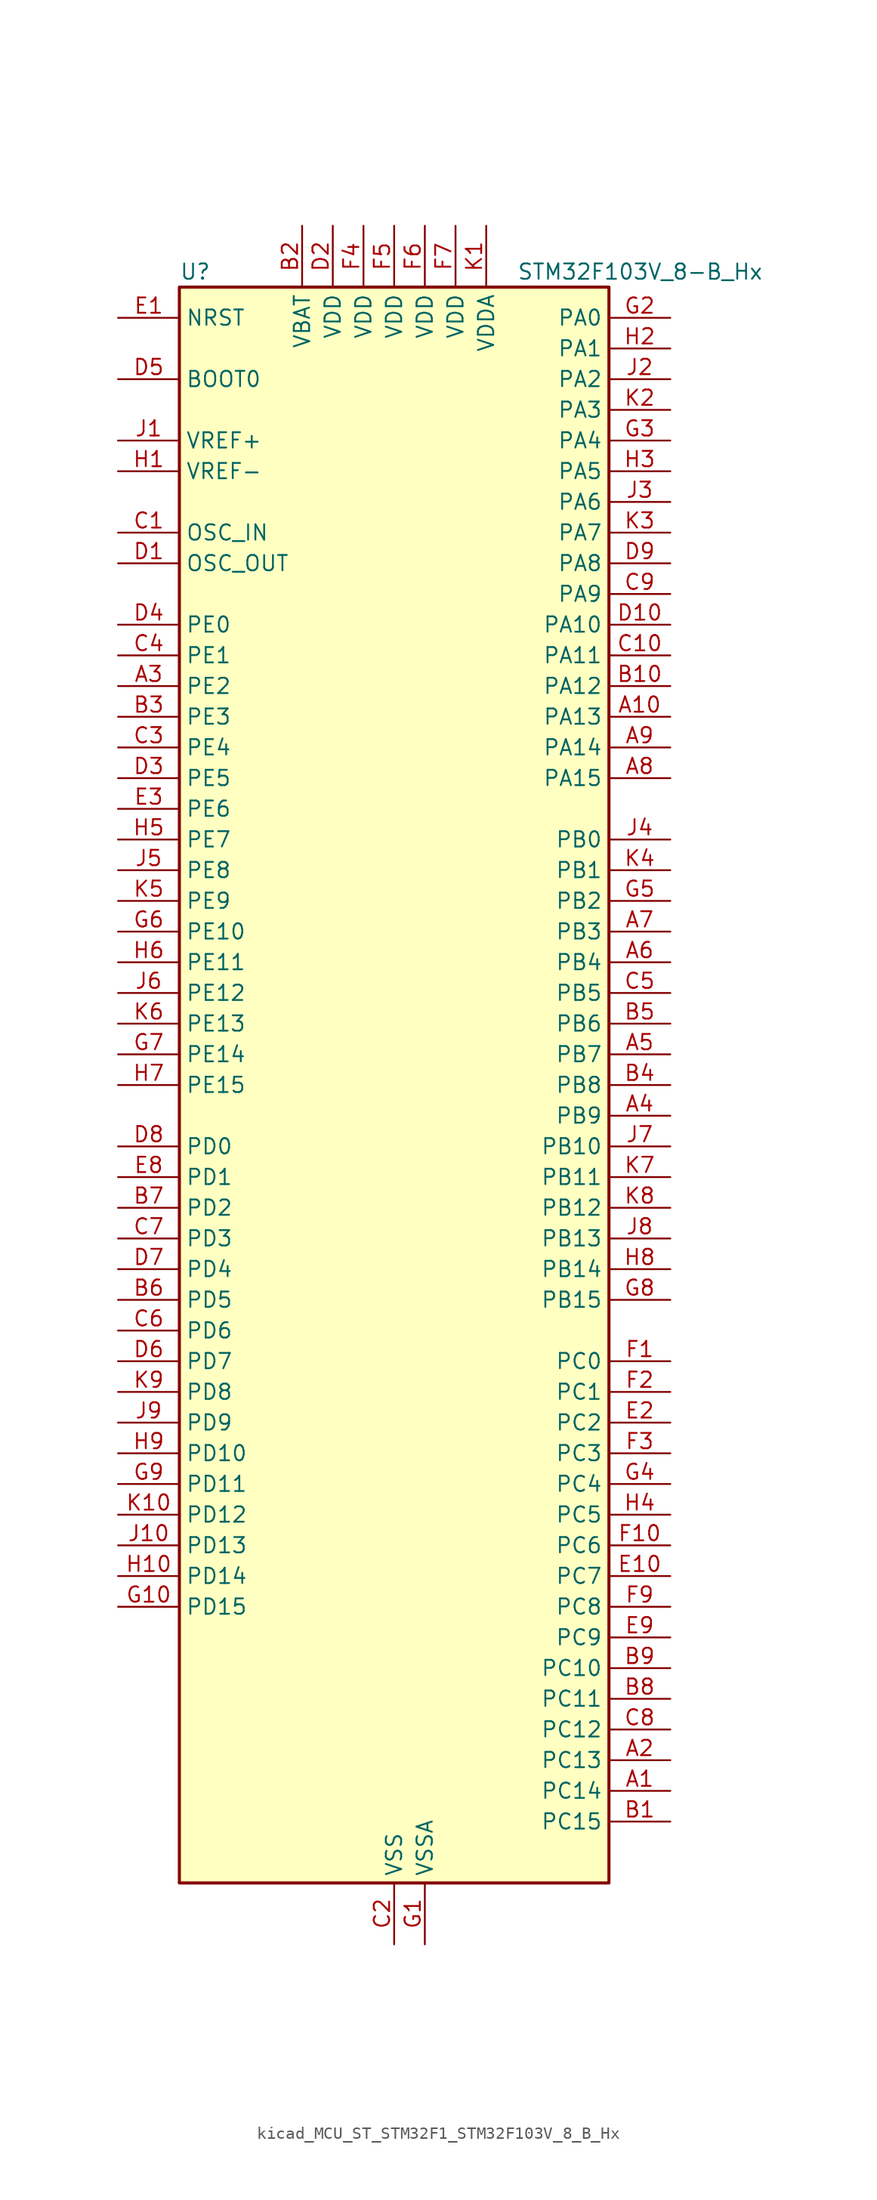
<source format=kicad_sym>
(kicad_symbol_lib
  (version 20220914)
  (generator kicad_symbol_editor)
  (symbol "kicad_MCU_ST_STM32F1_STM32F103V_8_B_Hx"
    (property "Reference" "U"
      (at -17.78 67.31 0)
      (effects (font (size 1.27 1.27)) (justify left)))
    (property "Value" "STM32F103V_8-B_Hx"
      (at 10.16 67.31 0)
      (effects (font (size 1.27 1.27)) (justify left)))
    (property "ki_locked" ""
      (at 0 0 0)
      (effects (font (size 1.27 1.27))))
    (symbol "kicad_MCU_ST_STM32F1_STM32F103V_8_B_Hx_0_1"
      (rectangle (start -17.78 -66.04) (end 17.78 66.04) (stroke (width 0.254) (type default)) (fill (type background))))
    (symbol "kicad_MCU_ST_STM32F1_STM32F103V_8_B_Hx_1_1"
      (pin bidirectional line (at 22.86 -58.42 180) (length 5.08) (name "PC14" (effects (font (size 1.27 1.27)))) (number "A1" (effects (font (size 1.27 1.27)))) (alternate "RCC_OSC32_IN" bidirectional line))
      (pin bidirectional line (at 22.86 30.48 180) (length 5.08) (name "PA13" (effects (font (size 1.27 1.27)))) (number "A10" (effects (font (size 1.27 1.27)))) (alternate "SYS_JTMS-SWDIO" bidirectional line))
      (pin bidirectional line (at 22.86 -55.88 180) (length 5.08) (name "PC13" (effects (font (size 1.27 1.27)))) (number "A2" (effects (font (size 1.27 1.27)))) (alternate "RTC_OUT" bidirectional line) (alternate "RTC_TAMPER" bidirectional line))
      (pin bidirectional line (at -22.86 33.02 0) (length 5.08) (name "PE2" (effects (font (size 1.27 1.27)))) (number "A3" (effects (font (size 1.27 1.27)))) (alternate "SYS_TRACECLK" bidirectional line))
      (pin bidirectional line (at 22.86 -2.54 180) (length 5.08) (name "PB9" (effects (font (size 1.27 1.27)))) (number "A4" (effects (font (size 1.27 1.27)))) (alternate "CAN_TX" bidirectional line) (alternate "I2C1_SDA" bidirectional line) (alternate "TIM4_CH4" bidirectional line))
      (pin bidirectional line (at 22.86 2.54 180) (length 5.08) (name "PB7" (effects (font (size 1.27 1.27)))) (number "A5" (effects (font (size 1.27 1.27)))) (alternate "I2C1_SDA" bidirectional line) (alternate "TIM4_CH2" bidirectional line) (alternate "USART1_RX" bidirectional line))
      (pin bidirectional line (at 22.86 10.16 180) (length 5.08) (name "PB4" (effects (font (size 1.27 1.27)))) (number "A6" (effects (font (size 1.27 1.27)))) (alternate "SPI1_MISO" bidirectional line) (alternate "SYS_NJTRST" bidirectional line) (alternate "TIM3_CH1" bidirectional line))
      (pin bidirectional line (at 22.86 12.7 180) (length 5.08) (name "PB3" (effects (font (size 1.27 1.27)))) (number "A7" (effects (font (size 1.27 1.27)))) (alternate "SPI1_SCK" bidirectional line) (alternate "SYS_JTDO-TRACESWO" bidirectional line) (alternate "TIM2_CH2" bidirectional line))
      (pin bidirectional line (at 22.86 25.4 180) (length 5.08) (name "PA15" (effects (font (size 1.27 1.27)))) (number "A8" (effects (font (size 1.27 1.27)))) (alternate "ADC1_EXTI15" bidirectional line) (alternate "ADC2_EXTI15" bidirectional line) (alternate "SPI1_NSS" bidirectional line) (alternate "SYS_JTDI" bidirectional line) (alternate "TIM2_CH1" bidirectional line) (alternate "TIM2_ETR" bidirectional line))
      (pin bidirectional line (at 22.86 27.94 180) (length 5.08) (name "PA14" (effects (font (size 1.27 1.27)))) (number "A9" (effects (font (size 1.27 1.27)))) (alternate "SYS_JTCK-SWCLK" bidirectional line))
      (pin bidirectional line (at 22.86 -60.96 180) (length 5.08) (name "PC15" (effects (font (size 1.27 1.27)))) (number "B1" (effects (font (size 1.27 1.27)))) (alternate "ADC1_EXTI15" bidirectional line) (alternate "ADC2_EXTI15" bidirectional line) (alternate "RCC_OSC32_OUT" bidirectional line))
      (pin bidirectional line (at 22.86 33.02 180) (length 5.08) (name "PA12" (effects (font (size 1.27 1.27)))) (number "B10" (effects (font (size 1.27 1.27)))) (alternate "CAN_TX" bidirectional line) (alternate "TIM1_ETR" bidirectional line) (alternate "USART1_RTS" bidirectional line) (alternate "USB_DP" bidirectional line))
      (pin power_in line (at -7.62 71.12 270) (length 5.08) (name "VBAT" (effects (font (size 1.27 1.27)))) (number "B2" (effects (font (size 1.27 1.27)))))
      (pin bidirectional line (at -22.86 30.48 0) (length 5.08) (name "PE3" (effects (font (size 1.27 1.27)))) (number "B3" (effects (font (size 1.27 1.27)))) (alternate "SYS_TRACED0" bidirectional line))
      (pin bidirectional line (at 22.86 0 180) (length 5.08) (name "PB8" (effects (font (size 1.27 1.27)))) (number "B4" (effects (font (size 1.27 1.27)))) (alternate "CAN_RX" bidirectional line) (alternate "I2C1_SCL" bidirectional line) (alternate "TIM4_CH3" bidirectional line))
      (pin bidirectional line (at 22.86 5.08 180) (length 5.08) (name "PB6" (effects (font (size 1.27 1.27)))) (number "B5" (effects (font (size 1.27 1.27)))) (alternate "I2C1_SCL" bidirectional line) (alternate "TIM4_CH1" bidirectional line) (alternate "USART1_TX" bidirectional line))
      (pin bidirectional line (at -22.86 -17.78 0) (length 5.08) (name "PD5" (effects (font (size 1.27 1.27)))) (number "B6" (effects (font (size 1.27 1.27)))) (alternate "USART2_TX" bidirectional line))
      (pin bidirectional line (at -22.86 -10.16 0) (length 5.08) (name "PD2" (effects (font (size 1.27 1.27)))) (number "B7" (effects (font (size 1.27 1.27)))) (alternate "TIM3_ETR" bidirectional line))
      (pin bidirectional line (at 22.86 -50.8 180) (length 5.08) (name "PC11" (effects (font (size 1.27 1.27)))) (number "B8" (effects (font (size 1.27 1.27)))) (alternate "ADC1_EXTI11" bidirectional line) (alternate "ADC2_EXTI11" bidirectional line) (alternate "USART3_RX" bidirectional line))
      (pin bidirectional line (at 22.86 -48.26 180) (length 5.08) (name "PC10" (effects (font (size 1.27 1.27)))) (number "B9" (effects (font (size 1.27 1.27)))) (alternate "USART3_TX" bidirectional line))
      (pin input line (at -22.86 45.72 0) (length 5.08) (name "OSC_IN" (effects (font (size 1.27 1.27)))) (number "C1" (effects (font (size 1.27 1.27)))) (alternate "RCC_OSC_IN" bidirectional line))
      (pin bidirectional line (at 22.86 35.56 180) (length 5.08) (name "PA11" (effects (font (size 1.27 1.27)))) (number "C10" (effects (font (size 1.27 1.27)))) (alternate "ADC1_EXTI11" bidirectional line) (alternate "ADC2_EXTI11" bidirectional line) (alternate "CAN_RX" bidirectional line) (alternate "TIM1_CH4" bidirectional line) (alternate "USART1_CTS" bidirectional line) (alternate "USB_DM" bidirectional line))
      (pin power_in line (at 0 -71.12 90) (length 5.08) (name "VSS" (effects (font (size 1.27 1.27)))) (number "C2" (effects (font (size 1.27 1.27)))))
      (pin bidirectional line (at -22.86 27.94 0) (length 5.08) (name "PE4" (effects (font (size 1.27 1.27)))) (number "C3" (effects (font (size 1.27 1.27)))) (alternate "SYS_TRACED1" bidirectional line))
      (pin bidirectional line (at -22.86 35.56 0) (length 5.08) (name "PE1" (effects (font (size 1.27 1.27)))) (number "C4" (effects (font (size 1.27 1.27)))))
      (pin bidirectional line (at 22.86 7.62 180) (length 5.08) (name "PB5" (effects (font (size 1.27 1.27)))) (number "C5" (effects (font (size 1.27 1.27)))) (alternate "I2C1_SMBA" bidirectional line) (alternate "SPI1_MOSI" bidirectional line) (alternate "TIM3_CH2" bidirectional line))
      (pin bidirectional line (at -22.86 -20.32 0) (length 5.08) (name "PD6" (effects (font (size 1.27 1.27)))) (number "C6" (effects (font (size 1.27 1.27)))) (alternate "USART2_RX" bidirectional line))
      (pin bidirectional line (at -22.86 -12.7 0) (length 5.08) (name "PD3" (effects (font (size 1.27 1.27)))) (number "C7" (effects (font (size 1.27 1.27)))) (alternate "USART2_CTS" bidirectional line))
      (pin bidirectional line (at 22.86 -53.34 180) (length 5.08) (name "PC12" (effects (font (size 1.27 1.27)))) (number "C8" (effects (font (size 1.27 1.27)))) (alternate "USART3_CK" bidirectional line))
      (pin bidirectional line (at 22.86 40.64 180) (length 5.08) (name "PA9" (effects (font (size 1.27 1.27)))) (number "C9" (effects (font (size 1.27 1.27)))) (alternate "TIM1_CH2" bidirectional line) (alternate "USART1_TX" bidirectional line))
      (pin input line (at -22.86 43.18 0) (length 5.08) (name "OSC_OUT" (effects (font (size 1.27 1.27)))) (number "D1" (effects (font (size 1.27 1.27)))) (alternate "RCC_OSC_OUT" bidirectional line))
      (pin bidirectional line (at 22.86 38.1 180) (length 5.08) (name "PA10" (effects (font (size 1.27 1.27)))) (number "D10" (effects (font (size 1.27 1.27)))) (alternate "TIM1_CH3" bidirectional line) (alternate "USART1_RX" bidirectional line))
      (pin power_in line (at -5.08 71.12 270) (length 5.08) (name "VDD" (effects (font (size 1.27 1.27)))) (number "D2" (effects (font (size 1.27 1.27)))))
      (pin bidirectional line (at -22.86 25.4 0) (length 5.08) (name "PE5" (effects (font (size 1.27 1.27)))) (number "D3" (effects (font (size 1.27 1.27)))) (alternate "SYS_TRACED2" bidirectional line))
      (pin bidirectional line (at -22.86 38.1 0) (length 5.08) (name "PE0" (effects (font (size 1.27 1.27)))) (number "D4" (effects (font (size 1.27 1.27)))) (alternate "TIM4_ETR" bidirectional line))
      (pin input line (at -22.86 58.42 0) (length 5.08) (name "BOOT0" (effects (font (size 1.27 1.27)))) (number "D5" (effects (font (size 1.27 1.27)))))
      (pin bidirectional line (at -22.86 -22.86 0) (length 5.08) (name "PD7" (effects (font (size 1.27 1.27)))) (number "D6" (effects (font (size 1.27 1.27)))) (alternate "USART2_CK" bidirectional line))
      (pin bidirectional line (at -22.86 -15.24 0) (length 5.08) (name "PD4" (effects (font (size 1.27 1.27)))) (number "D7" (effects (font (size 1.27 1.27)))) (alternate "USART2_RTS" bidirectional line))
      (pin bidirectional line (at -22.86 -5.08 0) (length 5.08) (name "PD0" (effects (font (size 1.27 1.27)))) (number "D8" (effects (font (size 1.27 1.27)))) (alternate "CAN_RX" bidirectional line))
      (pin bidirectional line (at 22.86 43.18 180) (length 5.08) (name "PA8" (effects (font (size 1.27 1.27)))) (number "D9" (effects (font (size 1.27 1.27)))) (alternate "RCC_MCO" bidirectional line) (alternate "TIM1_CH1" bidirectional line) (alternate "USART1_CK" bidirectional line))
      (pin input line (at -22.86 63.5 0) (length 5.08) (name "NRST" (effects (font (size 1.27 1.27)))) (number "E1" (effects (font (size 1.27 1.27)))))
      (pin bidirectional line (at 22.86 -40.64 180) (length 5.08) (name "PC7" (effects (font (size 1.27 1.27)))) (number "E10" (effects (font (size 1.27 1.27)))) (alternate "TIM3_CH2" bidirectional line))
      (pin bidirectional line (at 22.86 -27.94 180) (length 5.08) (name "PC2" (effects (font (size 1.27 1.27)))) (number "E2" (effects (font (size 1.27 1.27)))) (alternate "ADC1_IN12" bidirectional line) (alternate "ADC2_IN12" bidirectional line))
      (pin bidirectional line (at -22.86 22.86 0) (length 5.08) (name "PE6" (effects (font (size 1.27 1.27)))) (number "E3" (effects (font (size 1.27 1.27)))) (alternate "SYS_TRACED3" bidirectional line))
      (pin passive line (at 0 -71.12 90) (length 5.08) hide (name "VSS" (effects (font (size 1.27 1.27)))) (number "E4" (effects (font (size 1.27 1.27)))))
      (pin passive line (at 0 -71.12 90) (length 5.08) hide (name "VSS" (effects (font (size 1.27 1.27)))) (number "E5" (effects (font (size 1.27 1.27)))))
      (pin passive line (at 0 -71.12 90) (length 5.08) hide (name "VSS" (effects (font (size 1.27 1.27)))) (number "E6" (effects (font (size 1.27 1.27)))))
      (pin passive line (at 0 -71.12 90) (length 5.08) hide (name "VSS" (effects (font (size 1.27 1.27)))) (number "E7" (effects (font (size 1.27 1.27)))))
      (pin bidirectional line (at -22.86 -7.62 0) (length 5.08) (name "PD1" (effects (font (size 1.27 1.27)))) (number "E8" (effects (font (size 1.27 1.27)))) (alternate "CAN_TX" bidirectional line))
      (pin bidirectional line (at 22.86 -45.72 180) (length 5.08) (name "PC9" (effects (font (size 1.27 1.27)))) (number "E9" (effects (font (size 1.27 1.27)))) (alternate "TIM3_CH4" bidirectional line))
      (pin bidirectional line (at 22.86 -22.86 180) (length 5.08) (name "PC0" (effects (font (size 1.27 1.27)))) (number "F1" (effects (font (size 1.27 1.27)))) (alternate "ADC1_IN10" bidirectional line) (alternate "ADC2_IN10" bidirectional line))
      (pin bidirectional line (at 22.86 -38.1 180) (length 5.08) (name "PC6" (effects (font (size 1.27 1.27)))) (number "F10" (effects (font (size 1.27 1.27)))) (alternate "TIM3_CH1" bidirectional line))
      (pin bidirectional line (at 22.86 -25.4 180) (length 5.08) (name "PC1" (effects (font (size 1.27 1.27)))) (number "F2" (effects (font (size 1.27 1.27)))) (alternate "ADC1_IN11" bidirectional line) (alternate "ADC2_IN11" bidirectional line))
      (pin bidirectional line (at 22.86 -30.48 180) (length 5.08) (name "PC3" (effects (font (size 1.27 1.27)))) (number "F3" (effects (font (size 1.27 1.27)))) (alternate "ADC1_IN13" bidirectional line) (alternate "ADC2_IN13" bidirectional line))
      (pin power_in line (at -2.54 71.12 270) (length 5.08) (name "VDD" (effects (font (size 1.27 1.27)))) (number "F4" (effects (font (size 1.27 1.27)))))
      (pin power_in line (at 0 71.12 270) (length 5.08) (name "VDD" (effects (font (size 1.27 1.27)))) (number "F5" (effects (font (size 1.27 1.27)))))
      (pin power_in line (at 2.54 71.12 270) (length 5.08) (name "VDD" (effects (font (size 1.27 1.27)))) (number "F6" (effects (font (size 1.27 1.27)))))
      (pin power_in line (at 5.08 71.12 270) (length 5.08) (name "VDD" (effects (font (size 1.27 1.27)))) (number "F7" (effects (font (size 1.27 1.27)))))
      (pin no_connect line (at -17.78 -66.04 0) (length 5.08) hide (name "NC" (effects (font (size 1.27 1.27)))) (number "F8" (effects (font (size 1.27 1.27)))))
      (pin bidirectional line (at 22.86 -43.18 180) (length 5.08) (name "PC8" (effects (font (size 1.27 1.27)))) (number "F9" (effects (font (size 1.27 1.27)))) (alternate "TIM3_CH3" bidirectional line))
      (pin power_in line (at 2.54 -71.12 90) (length 5.08) (name "VSSA" (effects (font (size 1.27 1.27)))) (number "G1" (effects (font (size 1.27 1.27)))))
      (pin bidirectional line (at -22.86 -43.18 0) (length 5.08) (name "PD15" (effects (font (size 1.27 1.27)))) (number "G10" (effects (font (size 1.27 1.27)))) (alternate "ADC1_EXTI15" bidirectional line) (alternate "ADC2_EXTI15" bidirectional line) (alternate "TIM4_CH4" bidirectional line))
      (pin bidirectional line (at 22.86 63.5 180) (length 5.08) (name "PA0" (effects (font (size 1.27 1.27)))) (number "G2" (effects (font (size 1.27 1.27)))) (alternate "ADC1_IN0" bidirectional line) (alternate "ADC2_IN0" bidirectional line) (alternate "SYS_WKUP" bidirectional line) (alternate "TIM2_CH1" bidirectional line) (alternate "TIM2_ETR" bidirectional line) (alternate "USART2_CTS" bidirectional line))
      (pin bidirectional line (at 22.86 53.34 180) (length 5.08) (name "PA4" (effects (font (size 1.27 1.27)))) (number "G3" (effects (font (size 1.27 1.27)))) (alternate "ADC1_IN4" bidirectional line) (alternate "ADC2_IN4" bidirectional line) (alternate "SPI1_NSS" bidirectional line) (alternate "USART2_CK" bidirectional line))
      (pin bidirectional line (at 22.86 -33.02 180) (length 5.08) (name "PC4" (effects (font (size 1.27 1.27)))) (number "G4" (effects (font (size 1.27 1.27)))) (alternate "ADC1_IN14" bidirectional line) (alternate "ADC2_IN14" bidirectional line))
      (pin bidirectional line (at 22.86 15.24 180) (length 5.08) (name "PB2" (effects (font (size 1.27 1.27)))) (number "G5" (effects (font (size 1.27 1.27)))))
      (pin bidirectional line (at -22.86 12.7 0) (length 5.08) (name "PE10" (effects (font (size 1.27 1.27)))) (number "G6" (effects (font (size 1.27 1.27)))) (alternate "TIM1_CH2N" bidirectional line))
      (pin bidirectional line (at -22.86 2.54 0) (length 5.08) (name "PE14" (effects (font (size 1.27 1.27)))) (number "G7" (effects (font (size 1.27 1.27)))) (alternate "TIM1_CH4" bidirectional line))
      (pin bidirectional line (at 22.86 -17.78 180) (length 5.08) (name "PB15" (effects (font (size 1.27 1.27)))) (number "G8" (effects (font (size 1.27 1.27)))) (alternate "ADC1_EXTI15" bidirectional line) (alternate "ADC2_EXTI15" bidirectional line) (alternate "SPI2_MOSI" bidirectional line) (alternate "TIM1_CH3N" bidirectional line))
      (pin bidirectional line (at -22.86 -33.02 0) (length 5.08) (name "PD11" (effects (font (size 1.27 1.27)))) (number "G9" (effects (font (size 1.27 1.27)))) (alternate "ADC1_EXTI11" bidirectional line) (alternate "ADC2_EXTI11" bidirectional line) (alternate "USART3_CTS" bidirectional line))
      (pin input line (at -22.86 50.8 0) (length 5.08) (name "VREF-" (effects (font (size 1.27 1.27)))) (number "H1" (effects (font (size 1.27 1.27)))))
      (pin bidirectional line (at -22.86 -40.64 0) (length 5.08) (name "PD14" (effects (font (size 1.27 1.27)))) (number "H10" (effects (font (size 1.27 1.27)))) (alternate "TIM4_CH3" bidirectional line))
      (pin bidirectional line (at 22.86 60.96 180) (length 5.08) (name "PA1" (effects (font (size 1.27 1.27)))) (number "H2" (effects (font (size 1.27 1.27)))) (alternate "ADC1_IN1" bidirectional line) (alternate "ADC2_IN1" bidirectional line) (alternate "TIM2_CH2" bidirectional line) (alternate "USART2_RTS" bidirectional line))
      (pin bidirectional line (at 22.86 50.8 180) (length 5.08) (name "PA5" (effects (font (size 1.27 1.27)))) (number "H3" (effects (font (size 1.27 1.27)))) (alternate "ADC1_IN5" bidirectional line) (alternate "ADC2_IN5" bidirectional line) (alternate "SPI1_SCK" bidirectional line))
      (pin bidirectional line (at 22.86 -35.56 180) (length 5.08) (name "PC5" (effects (font (size 1.27 1.27)))) (number "H4" (effects (font (size 1.27 1.27)))) (alternate "ADC1_IN15" bidirectional line) (alternate "ADC2_IN15" bidirectional line))
      (pin bidirectional line (at -22.86 20.32 0) (length 5.08) (name "PE7" (effects (font (size 1.27 1.27)))) (number "H5" (effects (font (size 1.27 1.27)))) (alternate "TIM1_ETR" bidirectional line))
      (pin bidirectional line (at -22.86 10.16 0) (length 5.08) (name "PE11" (effects (font (size 1.27 1.27)))) (number "H6" (effects (font (size 1.27 1.27)))) (alternate "ADC1_EXTI11" bidirectional line) (alternate "ADC2_EXTI11" bidirectional line) (alternate "TIM1_CH2" bidirectional line))
      (pin bidirectional line (at -22.86 0 0) (length 5.08) (name "PE15" (effects (font (size 1.27 1.27)))) (number "H7" (effects (font (size 1.27 1.27)))) (alternate "ADC1_EXTI15" bidirectional line) (alternate "ADC2_EXTI15" bidirectional line) (alternate "TIM1_BKIN" bidirectional line))
      (pin bidirectional line (at 22.86 -15.24 180) (length 5.08) (name "PB14" (effects (font (size 1.27 1.27)))) (number "H8" (effects (font (size 1.27 1.27)))) (alternate "SPI2_MISO" bidirectional line) (alternate "TIM1_CH2N" bidirectional line) (alternate "USART3_RTS" bidirectional line))
      (pin bidirectional line (at -22.86 -30.48 0) (length 5.08) (name "PD10" (effects (font (size 1.27 1.27)))) (number "H9" (effects (font (size 1.27 1.27)))) (alternate "USART3_CK" bidirectional line))
      (pin input line (at -22.86 53.34 0) (length 5.08) (name "VREF+" (effects (font (size 1.27 1.27)))) (number "J1" (effects (font (size 1.27 1.27)))))
      (pin bidirectional line (at -22.86 -38.1 0) (length 5.08) (name "PD13" (effects (font (size 1.27 1.27)))) (number "J10" (effects (font (size 1.27 1.27)))) (alternate "TIM4_CH2" bidirectional line))
      (pin bidirectional line (at 22.86 58.42 180) (length 5.08) (name "PA2" (effects (font (size 1.27 1.27)))) (number "J2" (effects (font (size 1.27 1.27)))) (alternate "ADC1_IN2" bidirectional line) (alternate "ADC2_IN2" bidirectional line) (alternate "TIM2_CH3" bidirectional line) (alternate "USART2_TX" bidirectional line))
      (pin bidirectional line (at 22.86 48.26 180) (length 5.08) (name "PA6" (effects (font (size 1.27 1.27)))) (number "J3" (effects (font (size 1.27 1.27)))) (alternate "ADC1_IN6" bidirectional line) (alternate "ADC2_IN6" bidirectional line) (alternate "SPI1_MISO" bidirectional line) (alternate "TIM1_BKIN" bidirectional line) (alternate "TIM3_CH1" bidirectional line))
      (pin bidirectional line (at 22.86 20.32 180) (length 5.08) (name "PB0" (effects (font (size 1.27 1.27)))) (number "J4" (effects (font (size 1.27 1.27)))) (alternate "ADC1_IN8" bidirectional line) (alternate "ADC2_IN8" bidirectional line) (alternate "TIM1_CH2N" bidirectional line) (alternate "TIM3_CH3" bidirectional line))
      (pin bidirectional line (at -22.86 17.78 0) (length 5.08) (name "PE8" (effects (font (size 1.27 1.27)))) (number "J5" (effects (font (size 1.27 1.27)))) (alternate "TIM1_CH1N" bidirectional line))
      (pin bidirectional line (at -22.86 7.62 0) (length 5.08) (name "PE12" (effects (font (size 1.27 1.27)))) (number "J6" (effects (font (size 1.27 1.27)))) (alternate "TIM1_CH3N" bidirectional line))
      (pin bidirectional line (at 22.86 -5.08 180) (length 5.08) (name "PB10" (effects (font (size 1.27 1.27)))) (number "J7" (effects (font (size 1.27 1.27)))) (alternate "I2C2_SCL" bidirectional line) (alternate "TIM2_CH3" bidirectional line) (alternate "USART3_TX" bidirectional line))
      (pin bidirectional line (at 22.86 -12.7 180) (length 5.08) (name "PB13" (effects (font (size 1.27 1.27)))) (number "J8" (effects (font (size 1.27 1.27)))) (alternate "SPI2_SCK" bidirectional line) (alternate "TIM1_CH1N" bidirectional line) (alternate "USART3_CTS" bidirectional line))
      (pin bidirectional line (at -22.86 -27.94 0) (length 5.08) (name "PD9" (effects (font (size 1.27 1.27)))) (number "J9" (effects (font (size 1.27 1.27)))) (alternate "USART3_RX" bidirectional line))
      (pin power_in line (at 7.62 71.12 270) (length 5.08) (name "VDDA" (effects (font (size 1.27 1.27)))) (number "K1" (effects (font (size 1.27 1.27)))))
      (pin bidirectional line (at -22.86 -35.56 0) (length 5.08) (name "PD12" (effects (font (size 1.27 1.27)))) (number "K10" (effects (font (size 1.27 1.27)))) (alternate "TIM4_CH1" bidirectional line) (alternate "USART3_RTS" bidirectional line))
      (pin bidirectional line (at 22.86 55.88 180) (length 5.08) (name "PA3" (effects (font (size 1.27 1.27)))) (number "K2" (effects (font (size 1.27 1.27)))) (alternate "ADC1_IN3" bidirectional line) (alternate "ADC2_IN3" bidirectional line) (alternate "TIM2_CH4" bidirectional line) (alternate "USART2_RX" bidirectional line))
      (pin bidirectional line (at 22.86 45.72 180) (length 5.08) (name "PA7" (effects (font (size 1.27 1.27)))) (number "K3" (effects (font (size 1.27 1.27)))) (alternate "ADC1_IN7" bidirectional line) (alternate "ADC2_IN7" bidirectional line) (alternate "SPI1_MOSI" bidirectional line) (alternate "TIM1_CH1N" bidirectional line) (alternate "TIM3_CH2" bidirectional line))
      (pin bidirectional line (at 22.86 17.78 180) (length 5.08) (name "PB1" (effects (font (size 1.27 1.27)))) (number "K4" (effects (font (size 1.27 1.27)))) (alternate "ADC1_IN9" bidirectional line) (alternate "ADC2_IN9" bidirectional line) (alternate "TIM1_CH3N" bidirectional line) (alternate "TIM3_CH4" bidirectional line))
      (pin bidirectional line (at -22.86 15.24 0) (length 5.08) (name "PE9" (effects (font (size 1.27 1.27)))) (number "K5" (effects (font (size 1.27 1.27)))) (alternate "TIM1_CH1" bidirectional line))
      (pin bidirectional line (at -22.86 5.08 0) (length 5.08) (name "PE13" (effects (font (size 1.27 1.27)))) (number "K6" (effects (font (size 1.27 1.27)))) (alternate "TIM1_CH3" bidirectional line))
      (pin bidirectional line (at 22.86 -7.62 180) (length 5.08) (name "PB11" (effects (font (size 1.27 1.27)))) (number "K7" (effects (font (size 1.27 1.27)))) (alternate "ADC1_EXTI11" bidirectional line) (alternate "ADC2_EXTI11" bidirectional line) (alternate "I2C2_SDA" bidirectional line) (alternate "TIM2_CH4" bidirectional line) (alternate "USART3_RX" bidirectional line))
      (pin bidirectional line (at 22.86 -10.16 180) (length 5.08) (name "PB12" (effects (font (size 1.27 1.27)))) (number "K8" (effects (font (size 1.27 1.27)))) (alternate "I2C2_SMBA" bidirectional line) (alternate "SPI2_NSS" bidirectional line) (alternate "TIM1_BKIN" bidirectional line) (alternate "USART3_CK" bidirectional line))
      (pin bidirectional line (at -22.86 -25.4 0) (length 5.08) (name "PD8" (effects (font (size 1.27 1.27)))) (number "K9" (effects (font (size 1.27 1.27)))) (alternate "USART3_TX" bidirectional line)))))
</source>
